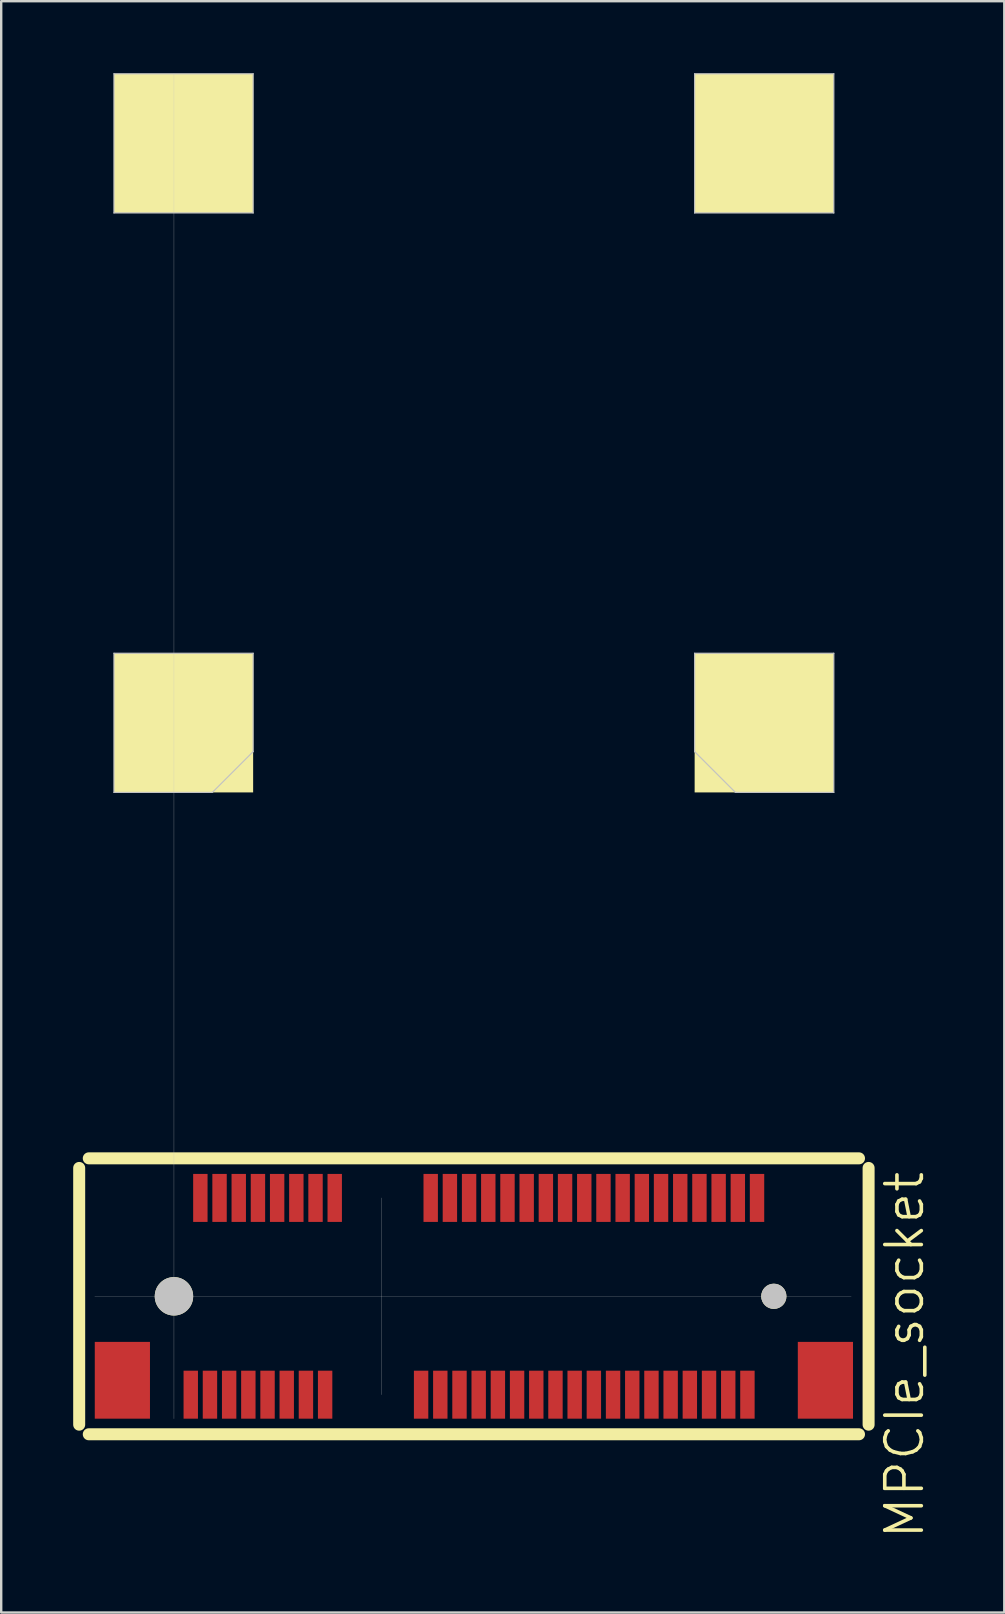
<source format=kicad_pcb>
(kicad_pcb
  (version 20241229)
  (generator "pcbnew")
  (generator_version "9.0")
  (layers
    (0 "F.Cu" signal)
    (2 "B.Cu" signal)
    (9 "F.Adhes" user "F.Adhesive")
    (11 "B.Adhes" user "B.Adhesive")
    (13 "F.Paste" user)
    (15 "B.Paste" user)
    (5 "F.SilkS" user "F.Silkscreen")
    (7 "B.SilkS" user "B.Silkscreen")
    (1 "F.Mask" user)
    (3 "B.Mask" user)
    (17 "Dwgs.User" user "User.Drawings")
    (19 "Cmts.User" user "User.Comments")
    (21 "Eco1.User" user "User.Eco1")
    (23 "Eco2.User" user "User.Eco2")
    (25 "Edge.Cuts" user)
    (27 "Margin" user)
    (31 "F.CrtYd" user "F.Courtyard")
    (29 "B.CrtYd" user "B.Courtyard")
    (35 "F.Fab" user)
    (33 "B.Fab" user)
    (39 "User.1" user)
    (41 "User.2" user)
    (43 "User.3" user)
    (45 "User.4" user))
  (footprint "MPCIe_socket"
    (layer "F.Cu")
    (at 4.2 50.975)
    (property "Reference" "MPCIe_socket" (at 30.45 2.45 90) (layer "F.SilkS") (effects (font (size 1.524 1.524) (thickness 0.15))))
    (attr through_hole)
    (fp_line (start -3.95 -5.35) (end -3.95 5.35) (stroke (width 0.5) (type solid)) (layer "F.SilkS"))
    (fp_line (start -3.55 5.75) (end 28.55 5.75) (stroke (width 0.5) (type solid)) (layer "F.SilkS"))
    (fp_line (start 28.55 -5.75) (end -3.55 -5.75) (stroke (width 0.5) (type solid)) (layer "F.SilkS"))
    (fp_line (start 28.95 5.35) (end 28.95 -5.35) (stroke (width 0.5) (type solid)) (layer "F.SilkS"))
    (fp_line (start -3.3 0) (end 28.225 0) (stroke (width 0.01) (type solid)) (layer "Dwgs.User"))
    (fp_line (start -2.5 -50.95) (end -2.5 -45.15) (stroke (width 0.05) (type solid)) (layer "Dwgs.User"))
    (fp_line (start -2.5 -50.95) (end 3.3 -50.95) (stroke (width 0.05) (type solid)) (layer "Dwgs.User"))
    (fp_line (start -2.5 -45.15) (end 3.3 -45.15) (stroke (width 0.05) (type solid)) (layer "Dwgs.User"))
    (fp_line (start -2.5 -26.8) (end -2.5 -21) (stroke (width 0.05) (type solid)) (layer "Dwgs.User"))
    (fp_line (start -2.5 -21) (end 1.6 -21) (stroke (width 0.05) (type solid)) (layer "Dwgs.User"))
    (fp_line (start 0 -50.95) (end 0 5.1) (stroke (width 0.01) (type solid)) (layer "Dwgs.User"))
    (fp_line (start 3.3 -50.95) (end 3.3 -45.15) (stroke (width 0.05) (type solid)) (layer "Dwgs.User"))
    (fp_line (start 3.3 -26.8) (end -2.5 -26.8) (stroke (width 0.05) (type solid)) (layer "Dwgs.User"))
    (fp_line (start 3.3 -22.7) (end 1.6 -21) (stroke (width 0.05) (type solid)) (layer "Dwgs.User"))
    (fp_line (start 3.3 -22.7) (end 3.3 -26.8) (stroke (width 0.05) (type solid)) (layer "Dwgs.User"))
    (fp_line (start 8.65 4.1) (end 8.65 -4.1) (stroke (width 0.01) (type solid)) (layer "Dwgs.User"))
    (fp_line (start 21.7 -50.95) (end 21.7 -45.15) (stroke (width 0.05) (type solid)) (layer "Dwgs.User"))
    (fp_line (start 21.7 -50.95) (end 27.5 -50.95) (stroke (width 0.05) (type solid)) (layer "Dwgs.User"))
    (fp_line (start 21.7 -45.15) (end 27.5 -45.15) (stroke (width 0.05) (type solid)) (layer "Dwgs.User"))
    (fp_line (start 21.7 -26.8) (end 27.5 -26.8) (stroke (width 0.05) (type solid)) (layer "Dwgs.User"))
    (fp_line (start 21.7 -22.7) (end 21.7 -26.8) (stroke (width 0.05) (type solid)) (layer "Dwgs.User"))
    (fp_line (start 21.7 -22.7) (end 23.4 -21) (stroke (width 0.05) (type solid)) (layer "Dwgs.User"))
    (fp_line (start 27.5 -50.95) (end 27.5 -45.15) (stroke (width 0.05) (type solid)) (layer "Dwgs.User"))
    (fp_line (start 27.5 -26.8) (end 27.5 -21) (stroke (width 0.05) (type solid)) (layer "Dwgs.User"))
    (fp_line (start 27.5 -21) (end 23.4 -21) (stroke (width 0.05) (type solid)) (layer "Dwgs.User"))
    (pad "" smd rect (at -2.15 3.5) (size 2.3 3.2) (layers "F.Cu" "F.Mask" "F.Paste"))
    (pad "" connect circle (at 0 0) (size 1.6 1.6) (layers "F.SilkS" "Dwgs.User"))
    (pad "" connect rect (at 0.4 -48.05) (size 5.8 5.8) (layers "F.SilkS"))
    (pad "" connect rect (at 0.4 -23.9) (size 5.8 5.8) (layers "F.SilkS"))
    (pad "" connect rect (at 24.6 -48.05) (size 5.8 5.8) (layers "F.SilkS"))
    (pad "" connect rect (at 24.6 -23.9) (size 5.8 5.8) (layers "F.SilkS"))
    (pad "" connect circle (at 25 0) (size 1.05 1.05) (layers "F.SilkS" "Dwgs.User"))
    (pad "" smd rect (at 27.15 3.5) (size 2.3 3.2) (layers "F.Cu" "F.Mask" "F.Paste"))
    (pad "1" smd rect (at 0.7 4.1) (size 0.6 2) (layers "F.Cu" "F.Mask" "F.Paste"))
    (pad "2" smd rect (at 1.1 -4.1) (size 0.6 2) (layers "F.Cu" "F.Mask" "F.Paste"))
    (pad "3" smd rect (at 1.5 4.1) (size 0.6 2) (layers "F.Cu" "F.Mask" "F.Paste"))
    (pad "4" smd rect (at 1.9 -4.1) (size 0.6 2) (layers "F.Cu" "F.Mask" "F.Paste"))
    (pad "5" smd rect (at 2.3 4.1) (size 0.6 2) (layers "F.Cu" "F.Mask" "F.Paste"))
    (pad "6" smd rect (at 2.7 -4.1) (size 0.6 2) (layers "F.Cu" "F.Mask" "F.Paste"))
    (pad "7" smd rect (at 3.1 4.1) (size 0.6 2) (layers "F.Cu" "F.Mask" "F.Paste"))
    (pad "8" smd rect (at 3.5 -4.1) (size 0.6 2) (layers "F.Cu" "F.Mask" "F.Paste"))
    (pad "9" smd rect (at 3.9 4.1) (size 0.6 2) (layers "F.Cu" "F.Mask" "F.Paste"))
    (pad "10" smd rect (at 4.3 -4.1) (size 0.6 2) (layers "F.Cu" "F.Mask" "F.Paste"))
    (pad "11" smd rect (at 4.7 4.1) (size 0.6 2) (layers "F.Cu" "F.Mask" "F.Paste"))
    (pad "12" smd rect (at 5.1 -4.1) (size 0.6 2) (layers "F.Cu" "F.Mask" "F.Paste"))
    (pad "13" smd rect (at 5.5 4.1) (size 0.6 2) (layers "F.Cu" "F.Mask" "F.Paste"))
    (pad "14" smd rect (at 5.9 -4.1) (size 0.6 2) (layers "F.Cu" "F.Mask" "F.Paste"))
    (pad "15" smd rect (at 6.3 4.1) (size 0.6 2) (layers "F.Cu" "F.Mask" "F.Paste"))
    (pad "16" smd rect (at 6.7 -4.1) (size 0.6 2) (layers "F.Cu" "F.Mask" "F.Paste"))
    (pad "17" smd rect (at 10.3 4.1) (size 0.6 2) (layers "F.Cu" "F.Mask" "F.Paste"))
    (pad "18" smd rect (at 10.7 -4.1) (size 0.6 2) (layers "F.Cu" "F.Mask" "F.Paste"))
    (pad "19" smd rect (at 11.1 4.1) (size 0.6 2) (layers "F.Cu" "F.Mask" "F.Paste"))
    (pad "20" smd rect (at 11.5 -4.1) (size 0.6 2) (layers "F.Cu" "F.Mask" "F.Paste"))
    (pad "21" smd rect (at 11.9 4.1) (size 0.6 2) (layers "F.Cu" "F.Mask" "F.Paste"))
    (pad "22" smd rect (at 12.3 -4.1) (size 0.6 2) (layers "F.Cu" "F.Mask" "F.Paste"))
    (pad "23" smd rect (at 12.7 4.1) (size 0.6 2) (layers "F.Cu" "F.Mask" "F.Paste"))
    (pad "24" smd rect (at 13.1 -4.1) (size 0.6 2) (layers "F.Cu" "F.Mask" "F.Paste"))
    (pad "25" smd rect (at 13.5 4.1) (size 0.6 2) (layers "F.Cu" "F.Mask" "F.Paste"))
    (pad "26" smd rect (at 13.9 -4.1) (size 0.6 2) (layers "F.Cu" "F.Mask" "F.Paste"))
    (pad "27" smd rect (at 14.3 4.1) (size 0.6 2) (layers "F.Cu" "F.Mask" "F.Paste"))
    (pad "28" smd rect (at 14.7 -4.1) (size 0.6 2) (layers "F.Cu" "F.Mask" "F.Paste"))
    (pad "29" smd rect (at 15.1 4.1) (size 0.6 2) (layers "F.Cu" "F.Mask" "F.Paste"))
    (pad "30" smd rect (at 15.5 -4.1) (size 0.6 2) (layers "F.Cu" "F.Mask" "F.Paste"))
    (pad "31" smd rect (at 15.9 4.1) (size 0.6 2) (layers "F.Cu" "F.Mask" "F.Paste"))
    (pad "32" smd rect (at 16.3 -4.1) (size 0.6 2) (layers "F.Cu" "F.Mask" "F.Paste"))
    (pad "33" smd rect (at 16.7 4.1) (size 0.6 2) (layers "F.Cu" "F.Mask" "F.Paste"))
    (pad "34" smd rect (at 17.1 -4.1) (size 0.6 2) (layers "F.Cu" "F.Mask" "F.Paste"))
    (pad "35" smd rect (at 17.5 4.1) (size 0.6 2) (layers "F.Cu" "F.Mask" "F.Paste"))
    (pad "36" smd rect (at 17.9 -4.1) (size 0.6 2) (layers "F.Cu" "F.Mask" "F.Paste"))
    (pad "37" smd rect (at 18.3 4.1) (size 0.6 2) (layers "F.Cu" "F.Mask" "F.Paste"))
    (pad "38" smd rect (at 18.7 -4.1) (size 0.6 2) (layers "F.Cu" "F.Mask" "F.Paste"))
    (pad "39" smd rect (at 19.1 4.1) (size 0.6 2) (layers "F.Cu" "F.Mask" "F.Paste"))
    (pad "40" smd rect (at 19.5 -4.1) (size 0.6 2) (layers "F.Cu" "F.Mask" "F.Paste"))
    (pad "41" smd rect (at 19.9 4.1) (size 0.6 2) (layers "F.Cu" "F.Mask" "F.Paste"))
    (pad "42" smd rect (at 20.3 -4.1) (size 0.6 2) (layers "F.Cu" "F.Mask" "F.Paste"))
    (pad "43" smd rect (at 20.7 4.1) (size 0.6 2) (layers "F.Cu" "F.Mask" "F.Paste"))
    (pad "44" smd rect (at 21.1 -4.1) (size 0.6 2) (layers "F.Cu" "F.Mask" "F.Paste"))
    (pad "45" smd rect (at 21.5 4.1) (size 0.6 2) (layers "F.Cu" "F.Mask" "F.Paste"))
    (pad "46" smd rect (at 21.9 -4.1) (size 0.6 2) (layers "F.Cu" "F.Mask" "F.Paste"))
    (pad "47" smd rect (at 22.3 4.1) (size 0.6 2) (layers "F.Cu" "F.Mask" "F.Paste"))
    (pad "48" smd rect (at 22.7 -4.1) (size 0.6 2) (layers "F.Cu" "F.Mask" "F.Paste"))
    (pad "49" smd rect (at 23.1 4.1) (size 0.6 2) (layers "F.Cu" "F.Mask" "F.Paste"))
    (pad "50" smd rect (at 23.5 -4.1) (size 0.6 2) (layers "F.Cu" "F.Mask" "F.Paste"))
    (pad "51" smd rect (at 23.9 4.1) (size 0.6 2) (layers "F.Cu" "F.Mask" "F.Paste"))
    (pad "52" smd rect (at 24.3 -4.1) (size 0.6 2) (layers "F.Cu" "F.Mask" "F.Paste")))
  (gr_rect
    (start -3 -3)
    (end 38.805 64.154)
    (stroke (width 0.1) (type default))
    (fill no)
    (layer "Edge.Cuts")))
</source>
